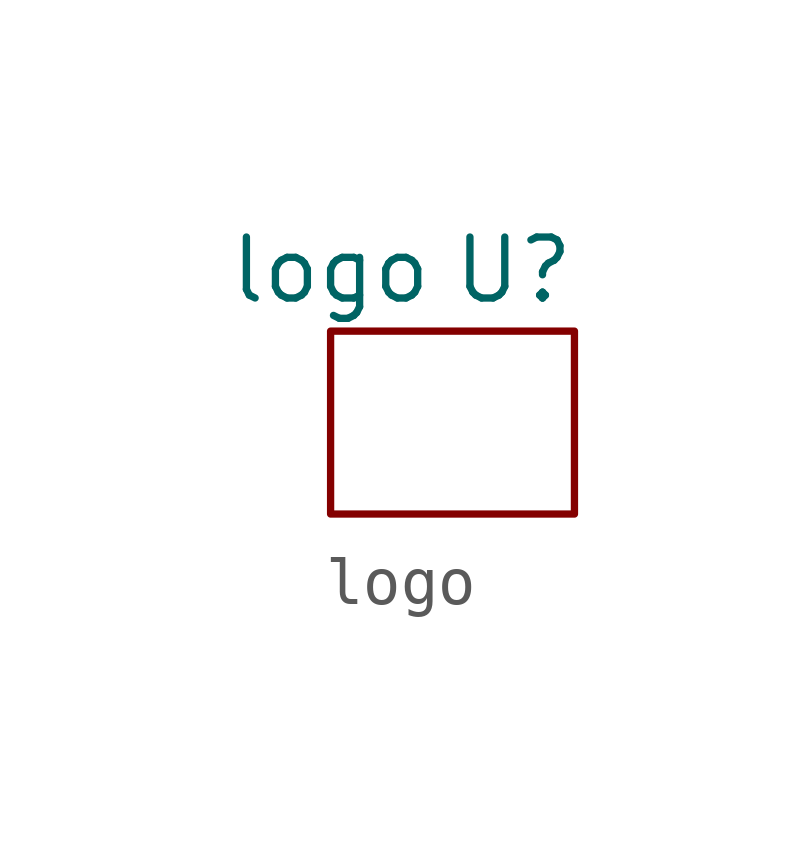
<source format=kicad_sym>
(kicad_symbol_lib
  (version 20211014)
  (generator kicad_symbol_editor)
  (symbol "logo"
    (pin_names
      (offset 1.016))
    (property "Reference" "U"
      (at 1.27 2.54 0)
      (effects (font (size 1.27 1.27))))
    (property "Value" "logo"
      (at -2.54 2.54 0)
      (effects (font (size 1.27 1.27))))
    (symbol "logo_0_1"
      (rectangle (start -2.54 1.27) (end 2.54 -2.54) (stroke (width 0) (type default) (color 0 0 0 0)) (fill (type none))))))
</source>
